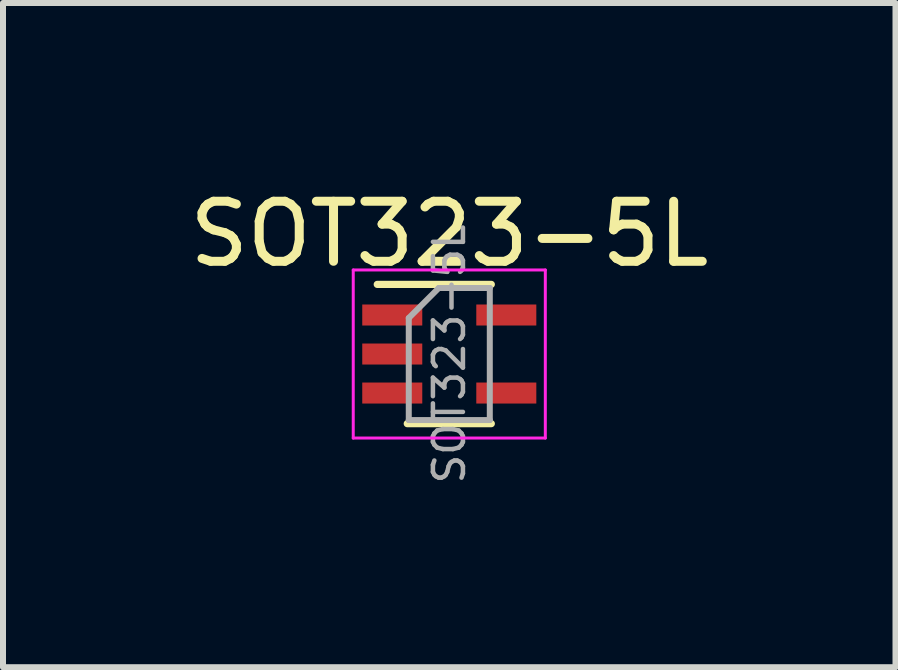
<source format=kicad_pcb>
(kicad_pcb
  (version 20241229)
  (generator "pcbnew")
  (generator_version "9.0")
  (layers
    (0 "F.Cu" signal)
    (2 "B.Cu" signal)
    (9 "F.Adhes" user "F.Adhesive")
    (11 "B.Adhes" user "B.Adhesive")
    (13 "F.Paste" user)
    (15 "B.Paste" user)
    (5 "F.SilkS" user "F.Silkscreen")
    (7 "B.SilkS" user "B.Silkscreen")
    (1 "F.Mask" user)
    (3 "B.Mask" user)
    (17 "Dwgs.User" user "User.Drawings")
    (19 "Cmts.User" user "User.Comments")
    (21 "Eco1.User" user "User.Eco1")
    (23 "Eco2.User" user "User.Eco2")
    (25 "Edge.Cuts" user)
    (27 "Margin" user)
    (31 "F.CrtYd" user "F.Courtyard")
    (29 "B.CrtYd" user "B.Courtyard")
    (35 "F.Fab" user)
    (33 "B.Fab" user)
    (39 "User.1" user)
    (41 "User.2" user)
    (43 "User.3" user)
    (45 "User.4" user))
  (footprint "SOT323-5L"
    (layer "F.Cu")
    (at 4.435 2.848)
    (property "Reference" "SOT323-5L" (at 0 -2 0) (layer "F.SilkS") (effects (font (size 1 1) (thickness 0.15))))
    (attr smd)
    (fp_line (start -0.7 1.16) (end 0.7 1.16) (stroke (width 0.12) (type solid)) (layer "F.SilkS"))
    (fp_line (start 0.7 -1.16) (end -1.2 -1.16) (stroke (width 0.12) (type solid)) (layer "F.SilkS"))
    (fp_line (start -1.6 -1.4) (end -1.6 1.4) (stroke (width 0.05) (type solid)) (layer "F.CrtYd"))
    (fp_line (start -1.6 -1.4) (end 1.6 -1.4) (stroke (width 0.05) (type solid)) (layer "F.CrtYd"))
    (fp_line (start -1.6 1.4) (end 1.6 1.4) (stroke (width 0.05) (type solid)) (layer "F.CrtYd"))
    (fp_line (start 1.6 1.4) (end 1.6 -1.4) (stroke (width 0.05) (type solid)) (layer "F.CrtYd"))
    (fp_line (start -0.675 -0.6) (end -0.675 1.1) (stroke (width 0.1) (type solid)) (layer "F.Fab"))
    (fp_line (start -0.175 -1.1) (end -0.675 -0.6) (stroke (width 0.1) (type solid)) (layer "F.Fab"))
    (fp_line (start 0.675 -1.1) (end -0.175 -1.1) (stroke (width 0.1) (type solid)) (layer "F.Fab"))
    (fp_line (start 0.675 -1.1) (end 0.675 1.1) (stroke (width 0.1) (type solid)) (layer "F.Fab"))
    (fp_line (start 0.675 1.1) (end -0.675 1.1) (stroke (width 0.1) (type solid)) (layer "F.Fab"))
    (fp_text user "${REFERENCE}" (at 0 0 90) (layer "F.Fab") (effects (font (size 0.5 0.5) (thickness 0.075))))
    (pad "1" smd rect (at -0.95 -0.65) (size 1 0.35) (layers "F.Cu" "F.Mask" "F.Paste"))
    (pad "2" smd rect (at -0.95 0) (size 1 0.35) (layers "F.Cu" "F.Mask" "F.Paste"))
    (pad "3" smd rect (at -0.95 0.65) (size 1 0.35) (layers "F.Cu" "F.Mask" "F.Paste"))
    (pad "4" smd rect (at 0.95 0.65) (size 1 0.35) (layers "F.Cu" "F.Mask" "F.Paste"))
    (pad "5" smd rect (at 0.95 -0.65) (size 1 0.35) (layers "F.Cu" "F.Mask" "F.Paste")))
  (gr_rect
    (start -3 -3)
    (end 11.869 8.066)
    (stroke (width 0.1) (type default))
    (fill no)
    (layer "Edge.Cuts")))
</source>
